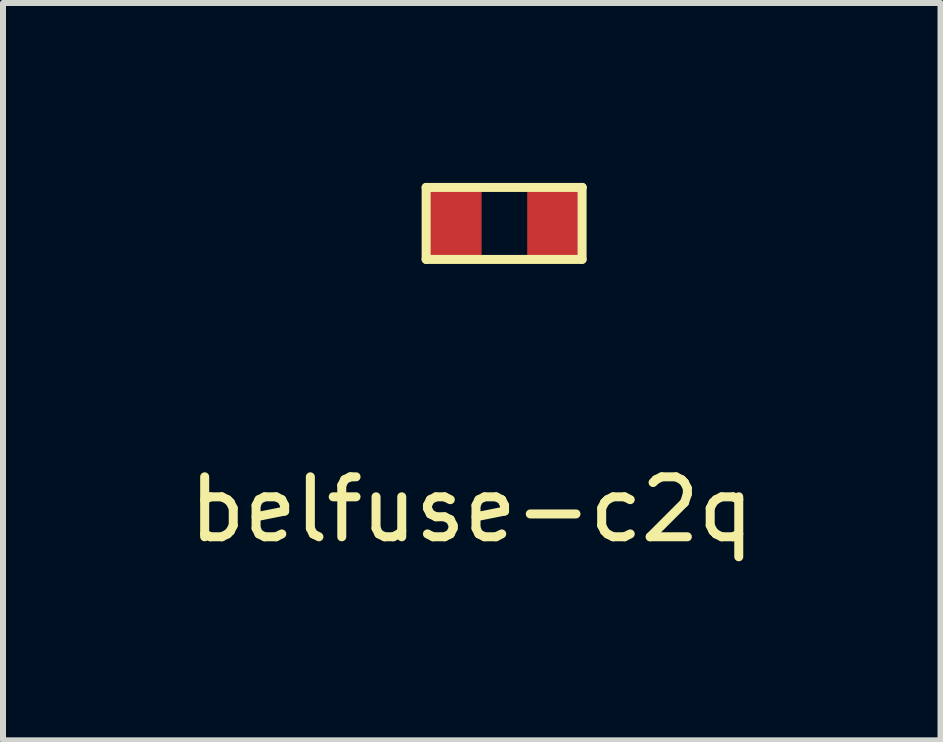
<source format=kicad_pcb>
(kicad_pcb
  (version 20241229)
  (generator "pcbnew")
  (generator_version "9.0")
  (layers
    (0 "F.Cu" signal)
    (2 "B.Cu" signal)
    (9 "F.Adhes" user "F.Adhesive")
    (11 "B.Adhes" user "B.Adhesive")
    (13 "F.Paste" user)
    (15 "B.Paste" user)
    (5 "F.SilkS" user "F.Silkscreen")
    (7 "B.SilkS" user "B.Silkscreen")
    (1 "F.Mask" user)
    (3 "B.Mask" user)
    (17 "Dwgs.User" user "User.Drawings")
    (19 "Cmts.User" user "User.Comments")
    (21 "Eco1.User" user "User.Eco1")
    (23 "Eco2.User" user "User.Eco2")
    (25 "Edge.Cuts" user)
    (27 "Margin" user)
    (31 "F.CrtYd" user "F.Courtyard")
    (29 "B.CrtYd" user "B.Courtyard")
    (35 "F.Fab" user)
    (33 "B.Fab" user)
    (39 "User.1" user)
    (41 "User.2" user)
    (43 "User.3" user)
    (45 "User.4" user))
  (footprint "belfuse-c2q"
    (layer "F.Cu")
    (at 5.355 0.675)
    (property "Reference" "belfuse-c2q" (at -0.54 4.77 0) (layer "F.SilkS") (effects (font (size 1 1) (thickness 0.15))))
    (attr through_hole)
    (fp_line (start -1.3 -0.6) (end -1.3 -0.6) (stroke (width 0.15) (type solid)) (layer "F.SilkS"))
    (fp_line (start -1.3 0.6) (end -1.3 -0.6) (stroke (width 0.15) (type solid)) (layer "F.SilkS"))
    (fp_line (start -1.29 -0.6) (end 1.3 -0.6) (stroke (width 0.15) (type solid)) (layer "F.SilkS"))
    (fp_line (start 1.3 -0.6) (end 1.3 -0.6) (stroke (width 0.15) (type solid)) (layer "F.SilkS"))
    (fp_line (start 1.3 0.6) (end -1.3 0.6) (stroke (width 0.15) (type solid)) (layer "F.SilkS"))
    (fp_line (start 1.3 0.6) (end 1.3 -0.6) (stroke (width 0.15) (type solid)) (layer "F.SilkS"))
    (pad "1" smd rect (at -0.83 0) (size 0.91 1.27) (layers "F.Cu" "F.Mask" "F.Paste"))
    (pad "2" smd rect (at 0.84 0) (size 0.91 1.27) (layers "F.Cu" "F.Mask" "F.Paste")))
  (gr_rect
    (start -3 -3)
    (end 12.631 9.293)
    (stroke (width 0.1) (type default))
    (fill no)
    (layer "Edge.Cuts")))
</source>
